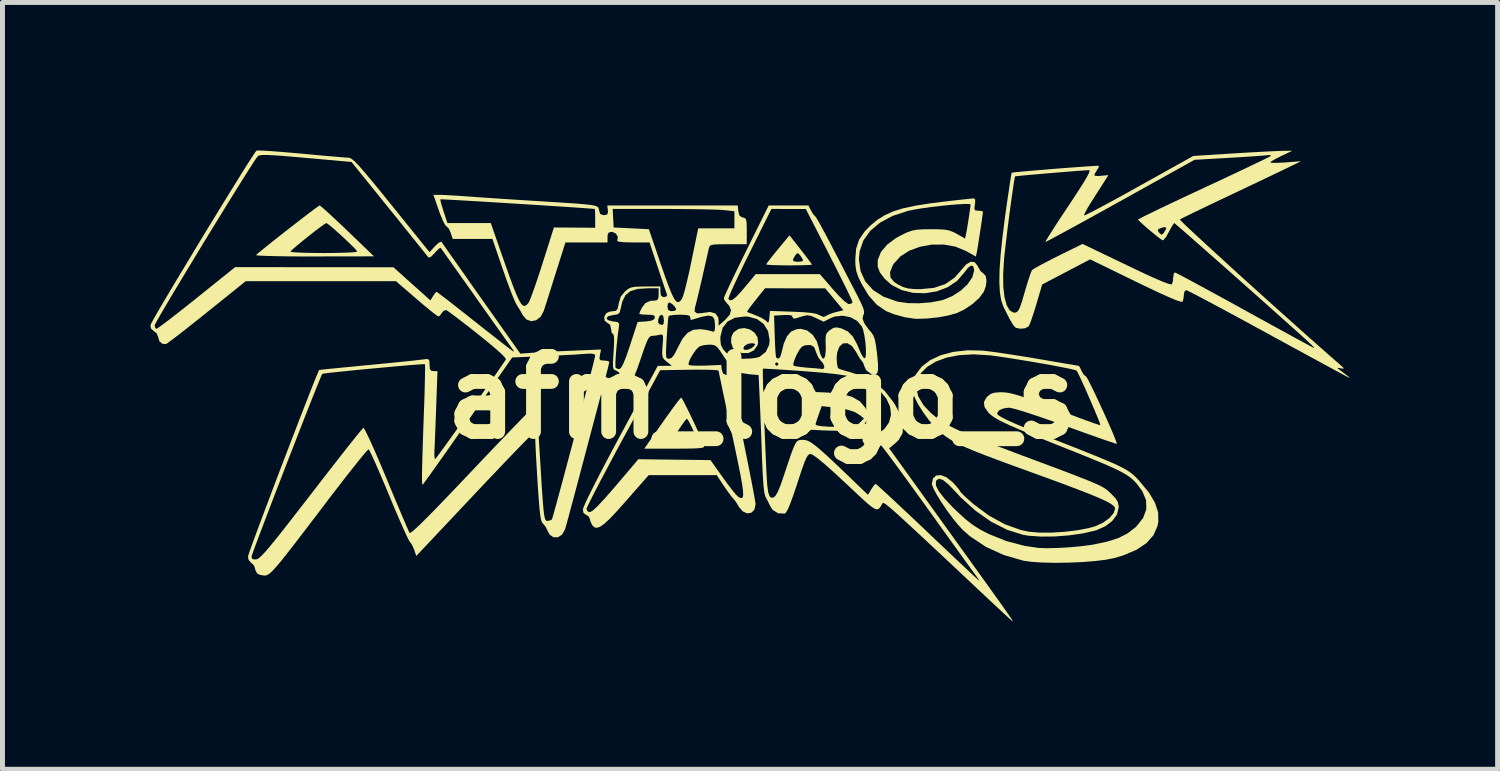
<source format=kicad_pcb>
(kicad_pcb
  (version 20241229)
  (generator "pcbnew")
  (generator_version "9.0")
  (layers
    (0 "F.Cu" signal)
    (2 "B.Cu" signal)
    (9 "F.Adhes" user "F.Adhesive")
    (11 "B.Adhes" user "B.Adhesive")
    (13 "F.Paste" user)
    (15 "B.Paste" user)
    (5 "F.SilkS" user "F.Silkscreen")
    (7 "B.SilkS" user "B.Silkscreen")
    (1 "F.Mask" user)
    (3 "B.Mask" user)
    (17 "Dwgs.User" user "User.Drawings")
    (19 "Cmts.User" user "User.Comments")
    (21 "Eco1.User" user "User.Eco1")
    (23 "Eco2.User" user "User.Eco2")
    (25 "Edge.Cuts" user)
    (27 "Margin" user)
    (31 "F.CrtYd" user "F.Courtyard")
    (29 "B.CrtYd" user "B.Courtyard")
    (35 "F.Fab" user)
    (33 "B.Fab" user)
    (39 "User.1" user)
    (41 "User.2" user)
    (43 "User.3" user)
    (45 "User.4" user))
  (footprint "afm_logo_s"
    (layer "F.Cu")
    (at 12.408 5.008)
    (property "Reference" "afm_logo_s" (at 0 0 0) (layer "F.SilkS") (effects (font (size 1.524 1.524) (thickness 0.3))))
    (attr board_only exclude_from_pos_files exclude_from_bom)
    (fp_poly (pts (xy -0.26 -1.381) (xy -0.165 -1.316) (xy -0.104 -1.222) (xy -0.092 -1.109) (xy -0.106 -1.056) (xy -0.179 -0.955) (xy -0.291 -0.902) (xy -0.428 -0.902) (xy -0.536 -0.939) (xy -0.592 -0.996) (xy -0.393 -0.996) (xy -0.366 -0.967) (xy -0.303 -0.969) (xy -0.23 -0.998) (xy -0.192 -1.027) (xy -0.151 -1.074) (xy -0.167 -1.094) (xy -0.21 -1.101) (xy -0.295 -1.091) (xy -0.366 -1.049) (xy -0.393 -0.996) (xy -0.592 -0.996) (xy -0.605 -1.009) (xy -0.639 -1.116) (xy -0.634 -1.23) (xy -0.589 -1.322) (xy -0.487 -1.392) (xy -0.372 -1.409)) (stroke (width 0) (type solid)) (fill yes) (layer "F.SilkS"))
    (fp_poly (pts (xy 0.772 -2.999) (xy 0.867 -2.877) (xy 0.942 -2.777) (xy 0.989 -2.713) (xy 1 -2.694) (xy 0.967 -2.689) (xy 0.875 -2.684) (xy 0.738 -2.681) (xy 0.57 -2.679) (xy 0.536 -2.679) (xy 0.363 -2.681) (xy 0.219 -2.684) (xy 0.118 -2.69) (xy 0.073 -2.697) (xy 0.071 -2.698) (xy 0.093 -2.732) (xy 0.146 -2.802) (xy 0.614 -2.802) (xy 0.627 -2.763) (xy 0.702 -2.751) (xy 0.714 -2.751) (xy 0.789 -2.759) (xy 0.821 -2.777) (xy 0.821 -2.778) (xy 0.8 -2.824) (xy 0.765 -2.876) (xy 0.721 -2.925) (xy 0.691 -2.918) (xy 0.659 -2.878) (xy 0.614 -2.802) (xy 0.146 -2.802) (xy 0.151 -2.808) (xy 0.235 -2.914) (xy 0.308 -3.003) (xy 0.544 -3.288)) (stroke (width 0) (type solid)) (fill yes) (layer "F.SilkS"))
    (fp_poly (pts (xy -1.628 0.032) (xy -1.584 0.114) (xy -1.523 0.234) (xy -1.453 0.378) (xy -1.38 0.533) (xy -1.31 0.685) (xy -1.25 0.819) (xy -1.206 0.923) (xy -1.185 0.983) (xy -1.185 0.984) (xy -1.19 1.003) (xy -1.221 1.017) (xy -1.287 1.026) (xy -1.396 1.032) (xy -1.559 1.035) (xy -1.784 1.036) (xy -2.398 1.036) (xy -2.33 0.938) (xy -2.305 0.901) (xy -1.852 0.901) (xy -1.825 0.914) (xy -1.742 0.924) (xy -1.62 0.929) (xy -1.577 0.929) (xy -1.29 0.929) (xy -1.401 0.679) (xy -1.456 0.56) (xy -1.503 0.472) (xy -1.533 0.43) (xy -1.536 0.429) (xy -1.563 0.456) (xy -1.616 0.527) (xy -1.683 0.624) (xy -1.751 0.729) (xy -1.811 0.825) (xy -1.849 0.894) (xy -1.852 0.901) (xy -2.305 0.901) (xy -2.123 0.641) (xy -1.955 0.402) (xy -1.825 0.221) (xy -1.731 0.094) (xy -1.672 0.021) (xy -1.65 0.001)) (stroke (width 0) (type solid)) (fill yes) (layer "F.SilkS"))
    (fp_poly (pts (xy 1.322 -0.101) (xy 1.598 -0.073) (xy 1.814 -0.014) (xy 1.974 0.079) (xy 2.081 0.207) (xy 2.087 0.218) (xy 2.13 0.313) (xy 2.134 0.385) (xy 2.113 0.452) (xy 2.072 0.528) (xy 2.016 0.587) (xy 1.936 0.629) (xy 1.824 0.656) (xy 1.672 0.671) (xy 1.471 0.673) (xy 1.214 0.665) (xy 0.973 0.652) (xy 0.858 0.642) (xy 0.777 0.629) (xy 0.75 0.616) (xy 0.761 0.575) (xy 0.769 0.547) (xy 1.072 0.547) (xy 1.105 0.566) (xy 1.199 0.581) (xy 1.34 0.591) (xy 1.516 0.595) (xy 1.616 0.594) (xy 1.763 0.588) (xy 1.859 0.575) (xy 1.923 0.549) (xy 1.973 0.507) (xy 2.054 0.424) (xy 1.97 0.356) (xy 1.865 0.293) (xy 1.715 0.245) (xy 1.509 0.209) (xy 1.411 0.197) (xy 1.197 0.174) (xy 1.134 0.351) (xy 1.099 0.454) (xy 1.076 0.527) (xy 1.072 0.547) (xy 0.769 0.547) (xy 0.789 0.481) (xy 0.831 0.349) (xy 0.866 0.239) (xy 0.982 -0.115)) (stroke (width 0) (type solid)) (fill yes) (layer "F.SilkS"))
    (fp_poly (pts (xy -8.946 -3.87) (xy -8.869 -3.803) (xy -8.757 -3.702) (xy -8.618 -3.572) (xy -8.46 -3.423) (xy -8.413 -3.377) (xy -7.877 -2.862) (xy -9.09 -2.86) (xy -9.38 -2.86) (xy -9.642 -2.862) (xy -9.868 -2.866) (xy -10.051 -2.871) (xy -10.183 -2.876) (xy -10.256 -2.883) (xy -10.269 -2.889) (xy -10.202 -2.946) (xy -10.189 -2.956) (xy -9.572 -2.956) (xy -9.539 -2.948) (xy -9.445 -2.941) (xy -9.302 -2.935) (xy -9.12 -2.931) (xy -8.91 -2.929) (xy -8.895 -2.929) (xy -8.684 -2.931) (xy -8.499 -2.935) (xy -8.353 -2.941) (xy -8.255 -2.949) (xy -8.217 -2.959) (xy -8.217 -2.959) (xy -8.241 -2.993) (xy -8.307 -3.062) (xy -8.402 -3.154) (xy -8.511 -3.257) (xy -8.623 -3.358) (xy -8.723 -3.447) (xy -8.801 -3.51) (xy -8.841 -3.537) (xy -8.843 -3.537) (xy -8.881 -3.516) (xy -8.96 -3.459) (xy -9.067 -3.379) (xy -9.189 -3.283) (xy -9.313 -3.184) (xy -9.425 -3.091) (xy -9.514 -3.016) (xy -9.565 -2.967) (xy -9.572 -2.956) (xy -10.189 -2.956) (xy -10.096 -3.032) (xy -9.961 -3.141) (xy -9.805 -3.264) (xy -9.64 -3.394) (xy -9.474 -3.523) (xy -9.318 -3.644) (xy -9.181 -3.749) (xy -9.072 -3.83) (xy -9.002 -3.881) (xy -8.98 -3.894)) (stroke (width 0) (type solid)) (fill yes) (layer "F.SilkS"))
    (fp_poly (pts (xy 4.308 -4.015) (xy 4.307 -3.941) (xy 4.302 -3.912) (xy 4.291 -3.829) (xy 4.309 -3.794) (xy 4.367 -3.787) (xy 4.372 -3.787) (xy 4.441 -3.781) (xy 4.466 -3.769) (xy 4.46 -3.721) (xy 4.447 -3.62) (xy 4.427 -3.485) (xy 4.404 -3.334) (xy 4.381 -3.186) (xy 4.361 -3.057) (xy 4.345 -2.966) (xy 4.34 -2.938) (xy 4.321 -2.858) (xy 4.123 -2.97) (xy 3.908 -3.059) (xy 3.672 -3.101) (xy 3.428 -3.1) (xy 3.191 -3.057) (xy 2.974 -2.977) (xy 2.792 -2.861) (xy 2.658 -2.713) (xy 2.637 -2.678) (xy 2.583 -2.542) (xy 2.591 -2.434) (xy 2.664 -2.344) (xy 2.751 -2.287) (xy 2.85 -2.239) (xy 2.948 -2.211) (xy 3.072 -2.199) (xy 3.197 -2.197) (xy 3.473 -2.223) (xy 3.702 -2.3) (xy 3.892 -2.431) (xy 4.017 -2.574) (xy 4.123 -2.696) (xy 4.218 -2.753) (xy 4.298 -2.743) (xy 4.36 -2.667) (xy 4.369 -2.644) (xy 4.417 -2.562) (xy 4.473 -2.516) (xy 4.473 -2.516) (xy 4.52 -2.468) (xy 4.537 -2.375) (xy 4.525 -2.26) (xy 4.484 -2.145) (xy 4.391 -2.019) (xy 4.249 -1.892) (xy 4.079 -1.78) (xy 3.933 -1.711) (xy 3.765 -1.664) (xy 3.557 -1.626) (xy 3.336 -1.602) (xy 3.134 -1.596) (xy 3.072 -1.599) (xy 2.873 -1.63) (xy 2.665 -1.687) (xy 2.501 -1.753) (xy 2.313 -1.882) (xy 2.145 -2.073) (xy 2.007 -2.303) (xy 1.938 -2.446) (xy 1.899 -2.56) (xy 1.881 -2.676) (xy 1.878 -2.804) (xy 1.951 -2.804) (xy 1.985 -2.562) (xy 2.081 -2.353) (xy 2.237 -2.18) (xy 2.451 -2.044) (xy 2.721 -1.948) (xy 2.751 -1.941) (xy 2.946 -1.914) (xy 3.177 -1.911) (xy 3.414 -1.93) (xy 3.624 -1.97) (xy 3.656 -1.979) (xy 3.848 -2.058) (xy 4.019 -2.169) (xy 4.157 -2.3) (xy 4.25 -2.438) (xy 4.287 -2.573) (xy 4.287 -2.58) (xy 4.271 -2.659) (xy 4.228 -2.676) (xy 4.165 -2.633) (xy 4.089 -2.535) (xy 3.941 -2.364) (xy 3.75 -2.236) (xy 3.528 -2.152) (xy 3.289 -2.114) (xy 3.049 -2.122) (xy 2.819 -2.178) (xy 2.615 -2.282) (xy 2.474 -2.407) (xy 2.376 -2.537) (xy 2.332 -2.654) (xy 2.333 -2.779) (xy 2.337 -2.799) (xy 2.399 -2.952) (xy 2.525 -3.1) (xy 2.704 -3.234) (xy 2.814 -3.294) (xy 2.931 -3.349) (xy 3.027 -3.383) (xy 3.125 -3.402) (xy 3.25 -3.41) (xy 3.411 -3.412) (xy 3.582 -3.41) (xy 3.702 -3.402) (xy 3.792 -3.383) (xy 3.872 -3.351) (xy 3.937 -3.317) (xy 4.104 -3.222) (xy 4.123 -3.317) (xy 4.141 -3.412) (xy 4.162 -3.538) (xy 4.183 -3.674) (xy 4.201 -3.797) (xy 4.213 -3.886) (xy 4.215 -3.914) (xy 4.182 -3.923) (xy 4.092 -3.924) (xy 3.957 -3.916) (xy 3.791 -3.903) (xy 3.607 -3.884) (xy 3.418 -3.862) (xy 3.238 -3.837) (xy 3.079 -3.811) (xy 2.956 -3.786) (xy 2.947 -3.784) (xy 2.638 -3.683) (xy 2.382 -3.547) (xy 2.182 -3.38) (xy 2.042 -3.184) (xy 1.966 -2.964) (xy 1.951 -2.804) (xy 1.878 -2.804) (xy 1.896 -3.02) (xy 1.955 -3.2) (xy 2.067 -3.365) (xy 2.19 -3.491) (xy 2.327 -3.604) (xy 2.476 -3.696) (xy 2.646 -3.773) (xy 2.85 -3.836) (xy 3.096 -3.889) (xy 3.397 -3.936) (xy 3.626 -3.965) (xy 3.829 -3.989) (xy 4.008 -4.009) (xy 4.152 -4.025) (xy 4.247 -4.034) (xy 4.28 -4.037)) (stroke (width 0) (type solid)) (fill yes) (layer "F.SilkS"))
    (fp_poly (pts (xy 4.445 -0.952) (xy 4.566 -0.939) (xy 4.741 -0.916) (xy 4.958 -0.884) (xy 5.201 -0.846) (xy 5.456 -0.805) (xy 5.565 -0.786) (xy 5.799 -0.746) (xy 6.009 -0.71) (xy 6.184 -0.68) (xy 6.315 -0.658) (xy 6.392 -0.645) (xy 6.409 -0.643) (xy 6.43 -0.614) (xy 6.463 -0.543) (xy 6.466 -0.536) (xy 6.509 -0.462) (xy 6.551 -0.429) (xy 6.553 -0.429) (xy 6.576 -0.398) (xy 6.621 -0.313) (xy 6.685 -0.186) (xy 6.76 -0.029) (xy 6.842 0.147) (xy 6.926 0.33) (xy 7.006 0.508) (xy 7.077 0.67) (xy 7.133 0.804) (xy 7.169 0.898) (xy 7.181 0.938) (xy 7.148 0.931) (xy 7.057 0.901) (xy 6.915 0.853) (xy 6.731 0.788) (xy 6.511 0.71) (xy 6.266 0.621) (xy 6.154 0.581) (xy 5.863 0.476) (xy 5.602 0.386) (xy 5.376 0.311) (xy 5.195 0.254) (xy 5.064 0.218) (xy 4.993 0.205) (xy 4.993 0.205) (xy 4.877 0.221) (xy 4.789 0.262) (xy 4.752 0.32) (xy 4.751 0.325) (xy 4.774 0.355) (xy 4.843 0.399) (xy 4.963 0.46) (xy 5.137 0.538) (xy 5.37 0.635) (xy 5.665 0.753) (xy 5.825 0.817) (xy 6.19 0.96) (xy 6.494 1.08) (xy 6.745 1.181) (xy 6.949 1.265) (xy 7.112 1.335) (xy 7.24 1.395) (xy 7.341 1.448) (xy 7.421 1.496) (xy 7.485 1.544) (xy 7.542 1.593) (xy 7.596 1.648) (xy 7.639 1.695) (xy 7.828 1.923) (xy 7.952 2.131) (xy 8.016 2.325) (xy 8.021 2.514) (xy 8.003 2.606) (xy 7.921 2.792) (xy 7.779 2.951) (xy 7.577 3.086) (xy 7.31 3.199) (xy 7.122 3.255) (xy 6.952 3.288) (xy 6.729 3.315) (xy 6.472 3.335) (xy 6.197 3.346) (xy 5.922 3.35) (xy 5.666 3.344) (xy 5.447 3.33) (xy 5.287 3.307) (xy 4.889 3.192) (xy 4.526 3.027) (xy 4.207 2.815) (xy 4.06 2.686) (xy 3.961 2.579) (xy 3.849 2.441) (xy 3.735 2.286) (xy 3.627 2.127) (xy 3.535 1.979) (xy 3.467 1.853) (xy 3.432 1.765) (xy 3.43 1.746) (xy 3.454 1.638) (xy 3.518 1.58) (xy 3.613 1.572) (xy 3.726 1.616) (xy 3.847 1.712) (xy 3.857 1.722) (xy 3.935 1.807) (xy 3.987 1.873) (xy 4.001 1.9) (xy 4.027 1.933) (xy 4.096 2.001) (xy 4.196 2.092) (xy 4.278 2.163) (xy 4.588 2.393) (xy 4.912 2.57) (xy 5.237 2.686) (xy 5.403 2.72) (xy 5.609 2.738) (xy 5.857 2.738) (xy 6.123 2.721) (xy 6.382 2.69) (xy 6.611 2.646) (xy 6.745 2.608) (xy 6.899 2.537) (xy 7.027 2.445) (xy 7.113 2.345) (xy 7.145 2.251) (xy 7.135 2.219) (xy 7.101 2.184) (xy 7.038 2.142) (xy 6.942 2.091) (xy 6.807 2.03) (xy 6.629 1.956) (xy 6.402 1.868) (xy 6.123 1.762) (xy 5.785 1.638) (xy 5.41 1.502) (xy 5.047 1.37) (xy 4.744 1.258) (xy 4.494 1.164) (xy 4.289 1.083) (xy 4.123 1.013) (xy 3.988 0.951) (xy 3.876 0.893) (xy 3.781 0.836) (xy 3.696 0.778) (xy 3.614 0.716) (xy 3.498 0.606) (xy 3.373 0.461) (xy 3.254 0.298) (xy 3.151 0.136) (xy 3.079 -0.009) (xy 3.051 -0.096) (xy 3.049 -0.19) (xy 3.114 -0.19) (xy 3.155 -0.021) (xy 3.26 0.154) (xy 3.401 0.304) (xy 3.495 0.384) (xy 3.595 0.457) (xy 3.707 0.529) (xy 3.841 0.601) (xy 4.003 0.679) (xy 4.201 0.765) (xy 4.443 0.863) (xy 4.737 0.977) (xy 5.09 1.11) (xy 5.126 1.124) (xy 5.514 1.269) (xy 5.841 1.391) (xy 6.113 1.493) (xy 6.335 1.578) (xy 6.514 1.648) (xy 6.655 1.705) (xy 6.763 1.751) (xy 6.846 1.79) (xy 6.908 1.824) (xy 6.956 1.855) (xy 6.995 1.886) (xy 7.032 1.919) (xy 7.06 1.946) (xy 7.152 2.042) (xy 7.199 2.118) (xy 7.216 2.2) (xy 7.216 2.231) (xy 7.183 2.369) (xy 7.089 2.499) (xy 6.946 2.609) (xy 6.766 2.689) (xy 6.75 2.694) (xy 6.499 2.752) (xy 6.214 2.793) (xy 5.919 2.816) (xy 5.635 2.818) (xy 5.385 2.8) (xy 5.28 2.782) (xy 4.959 2.682) (xy 4.634 2.518) (xy 4.316 2.295) (xy 4.014 2.022) (xy 3.909 1.909) (xy 3.768 1.762) (xy 3.659 1.674) (xy 3.581 1.645) (xy 3.528 1.671) (xy 3.512 1.702) (xy 3.513 1.785) (xy 3.571 1.899) (xy 3.686 2.047) (xy 3.859 2.23) (xy 3.939 2.307) (xy 4.109 2.463) (xy 4.258 2.58) (xy 4.409 2.676) (xy 4.584 2.766) (xy 4.937 2.908) (xy 5.308 3.006) (xy 5.591 3.048) (xy 5.76 3.054) (xy 5.975 3.049) (xy 6.213 3.036) (xy 6.451 3.014) (xy 6.663 2.986) (xy 6.711 2.978) (xy 6.992 2.918) (xy 7.217 2.845) (xy 7.399 2.752) (xy 7.553 2.633) (xy 7.575 2.613) (xy 7.711 2.442) (xy 7.777 2.264) (xy 7.772 2.081) (xy 7.695 1.896) (xy 7.583 1.746) (xy 7.527 1.686) (xy 7.467 1.632) (xy 7.396 1.58) (xy 7.308 1.527) (xy 7.196 1.468) (xy 7.051 1.401) (xy 6.867 1.322) (xy 6.637 1.227) (xy 6.353 1.112) (xy 6.081 1.004) (xy 5.73 0.864) (xy 5.439 0.746) (xy 5.203 0.647) (xy 5.014 0.565) (xy 4.867 0.496) (xy 4.755 0.438) (xy 4.673 0.387) (xy 4.613 0.341) (xy 4.579 0.308) (xy 4.498 0.193) (xy 4.485 0.092) (xy 4.538 -0.003) (xy 4.551 -0.017) (xy 4.617 -0.071) (xy 4.694 -0.098) (xy 4.808 -0.107) (xy 4.848 -0.107) (xy 4.921 -0.103) (xy 5.003 -0.091) (xy 5.102 -0.067) (xy 5.229 -0.029) (xy 5.391 0.027) (xy 5.598 0.103) (xy 5.86 0.202) (xy 5.944 0.234) (xy 6.18 0.323) (xy 6.394 0.403) (xy 6.576 0.47) (xy 6.718 0.521) (xy 6.811 0.552) (xy 6.846 0.561) (xy 6.837 0.526) (xy 6.804 0.439) (xy 6.752 0.313) (xy 6.688 0.162) (xy 6.617 -0.002) (xy 6.546 -0.165) (xy 6.478 -0.314) (xy 6.421 -0.436) (xy 6.38 -0.518) (xy 6.363 -0.546) (xy 6.32 -0.561) (xy 6.217 -0.585) (xy 6.067 -0.615) (xy 5.88 -0.651) (xy 5.667 -0.689) (xy 5.441 -0.728) (xy 5.212 -0.766) (xy 4.992 -0.801) (xy 4.792 -0.831) (xy 4.623 -0.854) (xy 4.601 -0.856) (xy 4.277 -0.876) (xy 3.984 -0.859) (xy 3.727 -0.809) (xy 3.509 -0.728) (xy 3.335 -0.622) (xy 3.208 -0.495) (xy 3.133 -0.349) (xy 3.114 -0.19) (xy 3.049 -0.19) (xy 3.046 -0.292) (xy 3.106 -0.47) (xy 3.224 -0.626) (xy 3.394 -0.757) (xy 3.61 -0.858) (xy 3.866 -0.926) (xy 4.158 -0.958)) (stroke (width 0) (type solid)) (fill yes) (layer "F.SilkS"))
    (fp_poly (pts (xy 10.512 -4.896) (xy 10.401 -4.84) (xy 10.321 -4.794) (xy 10.289 -4.767) (xy 10.289 -4.766) (xy 10.322 -4.758) (xy 10.409 -4.757) (xy 10.536 -4.762) (xy 10.601 -4.766) (xy 10.914 -4.79) (xy 10.574 -4.625) (xy 10.447 -4.564) (xy 10.269 -4.479) (xy 10.052 -4.375) (xy 9.811 -4.261) (xy 9.557 -4.14) (xy 9.36 -4.047) (xy 9.128 -3.937) (xy 8.917 -3.836) (xy 8.735 -3.749) (xy 8.593 -3.679) (xy 8.497 -3.631) (xy 8.457 -3.609) (xy 8.457 -3.609) (xy 8.479 -3.583) (xy 8.549 -3.513) (xy 8.662 -3.406) (xy 8.814 -3.265) (xy 8.998 -3.095) (xy 9.21 -2.901) (xy 9.444 -2.687) (xy 9.696 -2.457) (xy 9.961 -2.218) (xy 10.233 -1.973) (xy 10.507 -1.727) (xy 10.778 -1.484) (xy 11.041 -1.249) (xy 11.291 -1.028) (xy 11.523 -0.823) (xy 11.7 -0.669) (xy 11.766 -0.609) (xy 11.78 -0.586) (xy 11.746 -0.587) (xy 11.718 -0.593) (xy 11.656 -0.603) (xy 11.66 -0.588) (xy 11.7 -0.557) (xy 11.789 -0.49) (xy 11.843 -0.449) (xy 11.89 -0.41) (xy 11.896 -0.397) (xy 11.862 -0.414) (xy 11.772 -0.462) (xy 11.63 -0.538) (xy 11.444 -0.639) (xy 11.219 -0.761) (xy 10.96 -0.902) (xy 10.674 -1.058) (xy 10.367 -1.225) (xy 10.253 -1.288) (xy 9.939 -1.459) (xy 9.643 -1.62) (xy 9.371 -1.767) (xy 9.13 -1.896) (xy 8.925 -2.005) (xy 8.763 -2.09) (xy 8.649 -2.148) (xy 8.59 -2.176) (xy 8.583 -2.178) (xy 8.55 -2.148) (xy 8.538 -2.081) (xy 8.528 -1.993) (xy 8.511 -1.942) (xy 8.473 -1.943) (xy 8.377 -1.975) (xy 8.223 -2.04) (xy 8.008 -2.137) (xy 7.733 -2.268) (xy 7.561 -2.351) (xy 6.638 -2.801) (xy 5.666 -2.292) (xy 5.548 -1.891) (xy 5.498 -1.729) (xy 5.452 -1.589) (xy 5.413 -1.487) (xy 5.39 -1.442) (xy 5.322 -1.405) (xy 5.225 -1.395) (xy 5.135 -1.413) (xy 5.122 -1.421) (xy 5.074 -1.477) (xy 5.002 -1.6) (xy 4.906 -1.79) (xy 4.878 -1.846) (xy 4.836 -1.969) (xy 4.809 -2.13) (xy 4.798 -2.334) (xy 4.801 -2.502) (xy 4.875 -2.502) (xy 4.878 -2.245) (xy 4.903 -2.032) (xy 4.947 -1.87) (xy 5.009 -1.765) (xy 5.088 -1.721) (xy 5.12 -1.722) (xy 5.156 -1.735) (xy 5.188 -1.773) (xy 5.222 -1.845) (xy 5.262 -1.965) (xy 5.312 -2.138) (xy 5.36 -2.301) (xy 5.405 -2.44) (xy 5.44 -2.54) (xy 5.461 -2.584) (xy 5.504 -2.614) (xy 5.599 -2.668) (xy 5.735 -2.74) (xy 5.898 -2.824) (xy 5.99 -2.87) (xy 6.484 -3.114) (xy 7.377 -2.685) (xy 7.671 -2.545) (xy 7.905 -2.437) (xy 8.082 -2.36) (xy 8.204 -2.313) (xy 8.275 -2.294) (xy 8.296 -2.298) (xy 8.316 -2.363) (xy 8.323 -2.438) (xy 8.333 -2.51) (xy 8.355 -2.536) (xy 8.391 -2.52) (xy 8.484 -2.472) (xy 8.627 -2.396) (xy 8.812 -2.296) (xy 9.034 -2.176) (xy 9.286 -2.038) (xy 9.562 -1.887) (xy 9.775 -1.769) (xy 10.063 -1.61) (xy 10.333 -1.462) (xy 10.576 -1.329) (xy 10.787 -1.213) (xy 10.959 -1.12) (xy 11.086 -1.051) (xy 11.162 -1.011) (xy 11.181 -1.001) (xy 11.17 -1.022) (xy 11.121 -1.074) (xy 11.109 -1.084) (xy 11.045 -1.144) (xy 10.939 -1.241) (xy 10.795 -1.37) (xy 10.621 -1.525) (xy 10.423 -1.702) (xy 10.206 -1.896) (xy 9.977 -2.1) (xy 9.741 -2.309) (xy 9.506 -2.518) (xy 9.276 -2.721) (xy 9.058 -2.913) (xy 8.859 -3.089) (xy 8.683 -3.244) (xy 8.538 -3.371) (xy 8.429 -3.465) (xy 8.362 -3.522) (xy 8.344 -3.537) (xy 8.319 -3.508) (xy 8.274 -3.432) (xy 8.233 -3.356) (xy 8.179 -3.26) (xy 8.132 -3.199) (xy 8.11 -3.186) (xy 8.066 -3.214) (xy 7.987 -3.274) (xy 7.889 -3.354) (xy 7.849 -3.388) (xy 8.007 -3.388) (xy 8.038 -3.34) (xy 8.04 -3.338) (xy 8.081 -3.3) (xy 8.116 -3.32) (xy 8.134 -3.344) (xy 8.172 -3.408) (xy 8.181 -3.439) (xy 8.152 -3.454) (xy 8.1 -3.445) (xy 8.024 -3.417) (xy 8.007 -3.388) (xy 7.849 -3.388) (xy 7.787 -3.44) (xy 7.696 -3.52) (xy 7.632 -3.58) (xy 7.609 -3.608) (xy 7.641 -3.627) (xy 7.73 -3.673) (xy 7.871 -3.742) (xy 8.056 -3.832) (xy 8.279 -3.938) (xy 8.533 -4.058) (xy 8.811 -4.188) (xy 8.94 -4.248) (xy 9.228 -4.382) (xy 9.496 -4.508) (xy 9.738 -4.622) (xy 9.945 -4.721) (xy 10.112 -4.801) (xy 10.231 -4.859) (xy 10.295 -4.892) (xy 10.303 -4.897) (xy 10.295 -4.913) (xy 10.233 -4.914) (xy 10.214 -4.911) (xy 10.14 -4.904) (xy 10.008 -4.894) (xy 9.833 -4.882) (xy 9.628 -4.869) (xy 9.424 -4.857) (xy 8.755 -4.819) (xy 7.248 -3.98) (xy 6.948 -3.814) (xy 6.667 -3.658) (xy 6.412 -3.518) (xy 6.188 -3.396) (xy 6.002 -3.295) (xy 5.86 -3.218) (xy 5.767 -3.17) (xy 5.73 -3.153) (xy 5.73 -3.154) (xy 5.746 -3.185) (xy 5.796 -3.268) (xy 5.876 -3.393) (xy 5.979 -3.554) (xy 6.102 -3.74) (xy 6.2 -3.887) (xy 6.358 -4.127) (xy 6.478 -4.313) (xy 6.561 -4.45) (xy 6.61 -4.542) (xy 6.628 -4.594) (xy 6.618 -4.609) (xy 6.563 -4.607) (xy 6.454 -4.599) (xy 6.303 -4.588) (xy 6.122 -4.573) (xy 5.925 -4.557) (xy 5.724 -4.54) (xy 5.533 -4.524) (xy 5.364 -4.509) (xy 5.23 -4.496) (xy 5.143 -4.487) (xy 5.117 -4.484) (xy 5.108 -4.446) (xy 5.091 -4.349) (xy 5.07 -4.204) (xy 5.044 -4.023) (xy 5.016 -3.818) (xy 4.987 -3.599) (xy 4.959 -3.379) (xy 4.934 -3.169) (xy 4.912 -2.98) (xy 4.895 -2.825) (xy 4.893 -2.798) (xy 4.875 -2.502) (xy 4.801 -2.502) (xy 4.802 -2.586) (xy 4.824 -2.891) (xy 4.861 -3.253) (xy 4.915 -3.677) (xy 4.95 -3.928) (xy 4.98 -4.13) (xy 5.006 -4.305) (xy 5.027 -4.442) (xy 5.042 -4.53) (xy 5.048 -4.557) (xy 5.086 -4.563) (xy 5.183 -4.573) (xy 5.328 -4.587) (xy 5.508 -4.602) (xy 5.712 -4.619) (xy 5.928 -4.637) (xy 6.144 -4.654) (xy 6.349 -4.669) (xy 6.53 -4.682) (xy 6.677 -4.692) (xy 6.776 -4.698) (xy 6.817 -4.698) (xy 6.817 -4.698) (xy 6.809 -4.663) (xy 6.773 -4.603) (xy 6.728 -4.53) (xy 6.73 -4.496) (xy 6.789 -4.49) (xy 6.862 -4.495) (xy 7.008 -4.509) (xy 6.91 -4.353) (xy 6.841 -4.245) (xy 6.751 -4.105) (xy 6.661 -3.962) (xy 6.654 -3.953) (xy 6.584 -3.838) (xy 6.535 -3.747) (xy 6.514 -3.696) (xy 6.515 -3.69) (xy 6.549 -3.703) (xy 6.639 -3.747) (xy 6.776 -3.818) (xy 6.954 -3.913) (xy 7.165 -4.027) (xy 7.403 -4.158) (xy 7.631 -4.285) (xy 8.73 -4.897) (xy 9.554 -4.949) (xy 9.801 -4.964) (xy 10.035 -4.977) (xy 10.242 -4.988) (xy 10.41 -4.996) (xy 10.525 -5) (xy 10.557 -5.001) (xy 10.735 -5.001)) (stroke (width 0) (type solid)) (fill yes) (layer "F.SilkS"))
    (fp_poly (pts (xy -10.116 -5.004) (xy -9.963 -4.995) (xy -9.769 -4.98) (xy -9.543 -4.961) (xy -9.36 -4.945) (xy -9.112 -4.922) (xy -8.884 -4.901) (xy -8.686 -4.884) (xy -8.53 -4.871) (xy -8.426 -4.863) (xy -8.39 -4.861) (xy -8.357 -4.853) (xy -8.315 -4.826) (xy -8.258 -4.776) (xy -8.181 -4.696) (xy -8.081 -4.581) (xy -7.951 -4.427) (xy -7.786 -4.227) (xy -7.586 -3.98) (xy -7.409 -3.761) (xy -7.245 -3.557) (xy -7.098 -3.375) (xy -6.975 -3.224) (xy -6.883 -3.109) (xy -6.826 -3.04) (xy -6.814 -3.024) (xy -6.751 -2.947) (xy -6.641 -3.068) (xy -6.566 -3.138) (xy -6.516 -3.158) (xy -6.506 -3.151) (xy -6.481 -3.114) (xy -6.419 -3.026) (xy -6.325 -2.892) (xy -6.204 -2.72) (xy -6.06 -2.516) (xy -5.899 -2.286) (xy -5.724 -2.038) (xy -5.697 -2.001) (xy -4.912 -0.89) (xy -4.662 -0.908) (xy -4.536 -0.916) (xy -4.359 -0.926) (xy -4.15 -0.937) (xy -3.931 -0.947) (xy -3.844 -0.95) (xy -3.276 -0.974) (xy -3.298 -0.862) (xy -3.308 -0.785) (xy -3.283 -0.755) (xy -3.214 -0.75) (xy -3.139 -0.742) (xy -3.108 -0.724) (xy -3.108 -0.723) (xy -3.117 -0.68) (xy -3.14 -0.583) (xy -3.175 -0.446) (xy -3.212 -0.304) (xy -3.354 0.233) (xy -3.479 0.704) (xy -3.587 1.114) (xy -3.681 1.467) (xy -3.76 1.766) (xy -3.826 2.015) (xy -3.881 2.218) (xy -3.924 2.379) (xy -3.957 2.502) (xy -3.982 2.59) (xy -3.998 2.648) (xy -4.006 2.673) (xy -4.066 2.779) (xy -4.15 2.832) (xy -4.24 2.832) (xy -4.318 2.777) (xy -4.356 2.707) (xy -4.401 2.616) (xy -4.452 2.555) (xy -4.473 2.529) (xy -4.491 2.477) (xy -4.507 2.391) (xy -4.522 2.261) (xy -4.537 2.08) (xy -4.554 1.838) (xy -4.558 1.783) (xy -4.572 1.55) (xy -4.585 1.33) (xy -4.596 1.138) (xy -4.603 0.987) (xy -4.607 0.891) (xy -4.607 0.884) (xy -4.613 0.785) (xy -4.629 0.724) (xy -4.639 0.714) (xy -4.668 0.74) (xy -4.742 0.812) (xy -4.855 0.926) (xy -5.002 1.078) (xy -5.178 1.261) (xy -5.379 1.472) (xy -5.6 1.704) (xy -5.835 1.953) (xy -5.844 1.963) (xy -7.02 3.211) (xy -7.065 3.081) (xy -7.104 2.99) (xy -7.143 2.932) (xy -7.15 2.926) (xy -7.174 2.888) (xy -7.22 2.792) (xy -7.286 2.647) (xy -7.367 2.463) (xy -7.46 2.247) (xy -7.56 2.008) (xy -7.571 1.98) (xy -7.672 1.74) (xy -7.764 1.523) (xy -7.846 1.337) (xy -7.912 1.19) (xy -7.96 1.091) (xy -7.985 1.049) (xy -7.986 1.048) (xy -8.015 1.074) (xy -8.081 1.15) (xy -8.181 1.271) (xy -8.309 1.432) (xy -8.461 1.625) (xy -8.632 1.846) (xy -8.818 2.088) (xy -8.877 2.167) (xy -9.124 2.491) (xy -9.331 2.762) (xy -9.503 2.986) (xy -9.643 3.166) (xy -9.756 3.308) (xy -9.846 3.416) (xy -9.917 3.494) (xy -9.972 3.548) (xy -10.015 3.582) (xy -10.051 3.6) (xy -10.083 3.607) (xy -10.106 3.608) (xy -10.194 3.593) (xy -10.246 3.565) (xy -10.284 3.493) (xy -10.289 3.459) (xy -10.317 3.394) (xy -10.36 3.358) (xy -10.42 3.289) (xy -10.431 3.226) (xy -10.36 3.226) (xy -10.343 3.273) (xy -10.279 3.282) (xy -10.263 3.28) (xy -10.233 3.27) (xy -10.194 3.241) (xy -10.14 3.19) (xy -10.069 3.113) (xy -9.976 3.003) (xy -9.857 2.858) (xy -9.709 2.672) (xy -9.529 2.441) (xy -9.311 2.16) (xy -9.146 1.947) (xy -8.939 1.678) (xy -8.744 1.428) (xy -8.567 1.201) (xy -8.411 1.002) (xy -8.281 0.839) (xy -8.181 0.715) (xy -8.116 0.638) (xy -8.092 0.612) (xy -8.07 0.64) (xy -8.025 0.728) (xy -7.959 0.865) (xy -7.878 1.046) (xy -7.784 1.262) (xy -7.681 1.506) (xy -7.621 1.648) (xy -7.514 1.907) (xy -7.414 2.145) (xy -7.326 2.355) (xy -7.252 2.528) (xy -7.197 2.655) (xy -7.164 2.73) (xy -7.157 2.745) (xy -7.133 2.739) (xy -7.076 2.695) (xy -6.984 2.611) (xy -6.855 2.485) (xy -6.686 2.315) (xy -6.476 2.098) (xy -6.222 1.833) (xy -5.923 1.518) (xy -5.859 1.451) (xy -5.615 1.193) (xy -5.385 0.952) (xy -5.176 0.734) (xy -4.991 0.542) (xy -4.835 0.382) (xy -4.713 0.258) (xy -4.629 0.174) (xy -4.587 0.137) (xy -4.583 0.135) (xy -4.579 0.176) (xy -4.572 0.279) (xy -4.562 0.434) (xy -4.549 0.631) (xy -4.535 0.86) (xy -4.521 1.09) (xy -4.499 1.444) (xy -4.482 1.733) (xy -4.466 1.964) (xy -4.453 2.143) (xy -4.441 2.278) (xy -4.429 2.373) (xy -4.417 2.437) (xy -4.404 2.475) (xy -4.388 2.494) (xy -4.371 2.5) (xy -4.357 2.501) (xy -4.291 2.485) (xy -4.271 2.468) (xy -4.257 2.426) (xy -4.228 2.324) (xy -4.185 2.169) (xy -4.131 1.97) (xy -4.067 1.735) (xy -3.997 1.473) (xy -3.922 1.191) (xy -3.844 0.899) (xy -3.766 0.604) (xy -3.69 0.314) (xy -3.619 0.039) (xy -3.553 -0.214) (xy -3.496 -0.436) (xy -3.449 -0.619) (xy -3.415 -0.755) (xy -3.397 -0.835) (xy -3.394 -0.853) (xy -3.407 -0.877) (xy -3.456 -0.889) (xy -3.553 -0.889) (xy -3.671 -0.881) (xy -3.808 -0.871) (xy -3.995 -0.861) (xy -4.21 -0.849) (xy -4.434 -0.839) (xy -4.512 -0.836) (xy -5.076 -0.812) (xy -5.971 0.469) (xy -6.159 0.738) (xy -6.334 0.988) (xy -6.493 1.213) (xy -6.631 1.408) (xy -6.744 1.567) (xy -6.828 1.683) (xy -6.878 1.75) (xy -6.89 1.765) (xy -6.897 1.763) (xy -6.901 1.745) (xy -6.904 1.703) (xy -6.905 1.632) (xy -6.904 1.527) (xy -6.901 1.381) (xy -6.896 1.189) (xy -6.888 0.944) (xy -6.878 0.642) (xy -6.865 0.275) (xy -6.861 0.179) (xy -6.853 -0.059) (xy -6.848 -0.271) (xy -6.844 -0.449) (xy -6.842 -0.582) (xy -6.843 -0.66) (xy -6.845 -0.676) (xy -6.882 -0.676) (xy -6.98 -0.67) (xy -7.127 -0.659) (xy -7.312 -0.643) (xy -7.525 -0.624) (xy -7.755 -0.603) (xy -7.991 -0.581) (xy -8.222 -0.559) (xy -8.437 -0.537) (xy -8.626 -0.518) (xy -8.778 -0.501) (xy -8.881 -0.488) (xy -8.925 -0.481) (xy -8.926 -0.48) (xy -8.944 -0.443) (xy -8.984 -0.346) (xy -9.045 -0.198) (xy -9.122 -0.004) (xy -9.213 0.226) (xy -9.315 0.486) (xy -9.425 0.768) (xy -9.54 1.066) (xy -9.659 1.37) (xy -9.776 1.675) (xy -9.891 1.972) (xy -9.999 2.255) (xy -10.098 2.516) (xy -10.186 2.747) (xy -10.259 2.941) (xy -10.314 3.09) (xy -10.349 3.188) (xy -10.36 3.226) (xy -10.431 3.226) (xy -10.432 3.223) (xy -10.419 3.179) (xy -10.384 3.077) (xy -10.328 2.923) (xy -10.255 2.724) (xy -10.167 2.488) (xy -10.067 2.223) (xy -9.959 1.936) (xy -9.845 1.634) (xy -9.727 1.325) (xy -9.609 1.016) (xy -9.493 0.715) (xy -9.383 0.429) (xy -9.28 0.165) (xy -9.189 -0.069) (xy -9.111 -0.266) (xy -9.05 -0.418) (xy -9.008 -0.518) (xy -8.989 -0.559) (xy -8.954 -0.563) (xy -8.857 -0.574) (xy -8.706 -0.589) (xy -8.512 -0.608) (xy -8.284 -0.63) (xy -8.03 -0.655) (xy -8.002 -0.657) (xy -7.738 -0.683) (xy -7.49 -0.707) (xy -7.27 -0.729) (xy -7.089 -0.748) (xy -6.958 -0.763) (xy -6.886 -0.772) (xy -6.886 -0.772) (xy -6.799 -0.782) (xy -6.761 -0.764) (xy -6.752 -0.702) (xy -6.752 -0.664) (xy -6.745 -0.578) (xy -6.716 -0.542) (xy -6.672 -0.536) (xy -6.591 -0.536) (xy -6.616 0.17) (xy -6.625 0.401) (xy -6.633 0.621) (xy -6.641 0.815) (xy -6.647 0.967) (xy -6.652 1.062) (xy -6.652 1.063) (xy -6.654 1.168) (xy -6.647 1.236) (xy -6.639 1.25) (xy -6.616 1.222) (xy -6.557 1.144) (xy -6.469 1.023) (xy -6.357 0.868) (xy -6.227 0.687) (xy -6.085 0.488) (xy -5.937 0.279) (xy -5.788 0.068) (xy -5.644 -0.136) (xy -5.511 -0.327) (xy -5.394 -0.494) (xy -5.3 -0.631) (xy -5.233 -0.729) (xy -5.204 -0.774) (xy -5.223 -0.811) (xy -5.296 -0.887) (xy -5.421 -0.998) (xy -5.593 -1.142) (xy -5.771 -1.285) (xy -5.949 -1.426) (xy -6.111 -1.551) (xy -6.247 -1.655) (xy -6.348 -1.73) (xy -6.404 -1.769) (xy -6.411 -1.773) (xy -6.464 -1.76) (xy -6.5 -1.718) (xy -6.543 -1.66) (xy -6.572 -1.643) (xy -6.609 -1.666) (xy -6.689 -1.727) (xy -6.803 -1.819) (xy -6.94 -1.934) (xy -7.018 -2.001) (xy -7.432 -2.358) (xy -10.478 -2.358) (xy -11.257 -1.732) (xy -11.462 -1.568) (xy -11.65 -1.419) (xy -11.815 -1.29) (xy -11.949 -1.188) (xy -12.043 -1.118) (xy -12.09 -1.086) (xy -12.091 -1.085) (xy -12.167 -1.089) (xy -12.228 -1.143) (xy -12.253 -1.228) (xy -12.285 -1.305) (xy -12.334 -1.341) (xy -12.398 -1.399) (xy -12.408 -1.461) (xy -12.325 -1.461) (xy -12.308 -1.405) (xy -12.287 -1.393) (xy -12.25 -1.415) (xy -12.165 -1.476) (xy -12.04 -1.57) (xy -11.882 -1.693) (xy -11.698 -1.837) (xy -11.496 -1.998) (xy -11.471 -2.018) (xy -10.692 -2.644) (xy -9.088 -2.642) (xy -7.484 -2.641) (xy -7.109 -2.305) (xy -6.734 -1.969) (xy -6.681 -2.056) (xy -6.637 -2.119) (xy -6.61 -2.143) (xy -6.578 -2.122) (xy -6.498 -2.061) (xy -6.376 -1.968) (xy -6.221 -1.847) (xy -6.04 -1.705) (xy -5.84 -1.546) (xy -5.826 -1.536) (xy -5.625 -1.377) (xy -5.442 -1.233) (xy -5.286 -1.111) (xy -5.162 -1.015) (xy -5.08 -0.953) (xy -5.045 -0.929) (xy -5.045 -0.929) (xy -5.048 -0.951) (xy -5.063 -0.973) (xy -5.091 -1.012) (xy -5.156 -1.103) (xy -5.251 -1.237) (xy -5.373 -1.408) (xy -5.516 -1.61) (xy -5.675 -1.834) (xy -5.805 -2.018) (xy -5.972 -2.254) (xy -6.126 -2.471) (xy -6.262 -2.663) (xy -6.375 -2.822) (xy -6.46 -2.942) (xy -6.512 -3.015) (xy -6.528 -3.036) (xy -6.557 -3.022) (xy -6.614 -2.967) (xy -6.647 -2.929) (xy -6.722 -2.853) (xy -6.77 -2.837) (xy -6.778 -2.844) (xy -6.806 -2.88) (xy -6.874 -2.965) (xy -6.976 -3.093) (xy -7.107 -3.255) (xy -7.26 -3.446) (xy -7.432 -3.66) (xy -7.569 -3.829) (xy -8.333 -4.775) (xy -9.26 -4.858) (xy -9.546 -4.883) (xy -9.77 -4.901) (xy -9.938 -4.912) (xy -10.06 -4.917) (xy -10.144 -4.916) (xy -10.196 -4.909) (xy -10.226 -4.897) (xy -10.234 -4.89) (xy -10.269 -4.843) (xy -10.336 -4.742) (xy -10.43 -4.595) (xy -10.547 -4.409) (xy -10.684 -4.19) (xy -10.836 -3.945) (xy -10.998 -3.681) (xy -11.168 -3.405) (xy -11.34 -3.124) (xy -11.51 -2.843) (xy -11.675 -2.571) (xy -11.83 -2.314) (xy -11.971 -2.078) (xy -12.094 -1.871) (xy -12.195 -1.698) (xy -12.27 -1.568) (xy -12.314 -1.487) (xy -12.325 -1.461) (xy -12.408 -1.461) (xy -12.408 -1.467) (xy -12.39 -1.508) (xy -12.337 -1.604) (xy -12.255 -1.747) (xy -12.148 -1.93) (xy -12.019 -2.147) (xy -11.873 -2.392) (xy -11.714 -2.656) (xy -11.546 -2.935) (xy -11.373 -3.221) (xy -11.199 -3.507) (xy -11.028 -3.787) (xy -10.864 -4.053) (xy -10.711 -4.3) (xy -10.574 -4.521) (xy -10.457 -4.708) (xy -10.362 -4.855) (xy -10.296 -4.956) (xy -10.261 -5.003) (xy -10.259 -5.005) (xy -10.218 -5.008)) (stroke (width 0) (type solid)) (fill yes) (layer "F.SilkS"))
    (fp_poly (pts (xy -6.455 -4.106) (xy -6.316 -4.098) (xy -6.144 -4.088) (xy -5.956 -4.074) (xy -5.946 -4.074) (xy -5.774 -4.061) (xy -5.548 -4.046) (xy -5.285 -4.028) (xy -5.003 -4.01) (xy -4.719 -3.992) (xy -4.591 -3.984) (xy -4.258 -3.963) (xy -3.989 -3.946) (xy -3.778 -3.932) (xy -3.617 -3.918) (xy -3.499 -3.906) (xy -3.418 -3.892) (xy -3.366 -3.877) (xy -3.337 -3.859) (xy -3.323 -3.837) (xy -3.318 -3.811) (xy -3.316 -3.793) (xy -3.292 -3.721) (xy -3.232 -3.698) (xy -3.215 -3.697) (xy -3.152 -3.708) (xy -3.134 -3.755) (xy -3.137 -3.796) (xy -3.14 -3.823) (xy -3.04 -3.823) (xy -3.03 -3.635) (xy -3.019 -3.447) (xy -2.662 -3.43) (xy -2.306 -3.412) (xy -2.073 -2.729) (xy -1.979 -2.457) (xy -1.902 -2.248) (xy -1.84 -2.096) (xy -1.789 -1.997) (xy -1.746 -1.943) (xy -1.708 -1.932) (xy -1.67 -1.956) (xy -1.631 -2.009) (xy -1.609 -2.069) (xy -1.575 -2.186) (xy -1.535 -2.348) (xy -1.49 -2.543) (xy -1.444 -2.758) (xy -1.444 -2.76) (xy -1.306 -3.43) (xy -0.572 -3.43) (xy -0.572 -3.777) (xy -0.791 -3.8) (xy -0.885 -3.806) (xy -1.038 -3.811) (xy -1.24 -3.816) (xy -1.477 -3.819) (xy -1.739 -3.822) (xy -2.014 -3.823) (xy -2.026 -3.823) (xy -3.04 -3.823) (xy -3.14 -3.823) (xy -3.149 -3.894) (xy -0.505 -3.894) (xy -0.493 -3.778) (xy -0.472 -3.691) (xy -0.421 -3.654) (xy -0.402 -3.65) (xy -0.361 -3.639) (xy -0.337 -3.61) (xy -0.325 -3.547) (xy -0.322 -3.435) (xy -0.322 -3.373) (xy -0.322 -3.108) (xy -0.696 -3.108) (xy -0.863 -3.107) (xy -0.972 -3.103) (xy -1.037 -3.093) (xy -1.07 -3.073) (xy -1.085 -3.042) (xy -1.089 -3.028) (xy -1.103 -2.966) (xy -1.13 -2.848) (xy -1.166 -2.69) (xy -1.208 -2.505) (xy -1.229 -2.411) (xy -1.273 -2.222) (xy -1.313 -2.054) (xy -1.345 -1.923) (xy -1.366 -1.84) (xy -1.372 -1.822) (xy -1.379 -1.744) (xy -1.33 -1.706) (xy -1.231 -1.711) (xy -1.208 -1.716) (xy -1.063 -1.735) (xy -0.959 -1.705) (xy -0.902 -1.629) (xy -0.893 -1.569) (xy -0.893 -1.457) (xy -0.759 -1.575) (xy -0.666 -1.679) (xy -0.65 -1.736) (xy -0.316 -1.736) (xy -0.278 -1.72) (xy -0.195 -1.688) (xy -0.137 -1.666) (xy -0.029 -1.618) (xy 0.055 -1.567) (xy 0.078 -1.546) (xy 0.109 -1.517) (xy 0.126 -1.539) (xy 0.136 -1.622) (xy 0.136 -1.622) (xy 0.14 -1.661) (xy 0.232 -1.661) (xy 0.245 -1.25) (xy 0.251 -1.085) (xy 0.259 -0.947) (xy 0.267 -0.851) (xy 0.274 -0.813) (xy 0.314 -0.785) (xy 0.354 -0.82) (xy 0.376 -0.884) (xy 0.43 -1.097) (xy 0.496 -1.246) (xy 0.58 -1.339) (xy 0.688 -1.385) (xy 0.776 -1.393) (xy 0.902 -1.36) (xy 1.014 -1.272) (xy 1.097 -1.144) (xy 1.129 -1.042) (xy 1.166 -0.89) (xy 1.205 -0.805) (xy 1.24 -0.787) (xy 1.267 -0.837) (xy 1.28 -0.954) (xy 1.279 -1.04) (xy 1.275 -1.174) (xy 1.281 -1.258) (xy 1.303 -1.31) (xy 1.346 -1.353) (xy 1.365 -1.368) (xy 1.437 -1.413) (xy 1.504 -1.422) (xy 1.601 -1.4) (xy 1.605 -1.398) (xy 1.728 -1.339) (xy 1.829 -1.236) (xy 1.915 -1.079) (xy 1.955 -0.982) (xy 2 -0.88) (xy 2.044 -0.811) (xy 2.065 -0.794) (xy 2.086 -0.817) (xy 2.094 -0.893) (xy 2.092 -1.004) (xy 2.081 -1.133) (xy 2.062 -1.261) (xy 2.037 -1.372) (xy 2.013 -1.437) (xy 1.918 -1.552) (xy 1.78 -1.628) (xy 1.619 -1.659) (xy 1.457 -1.641) (xy 1.377 -1.609) (xy 1.236 -1.537) (xy 1.081 -1.612) (xy 0.98 -1.656) (xy 0.905 -1.668) (xy 0.819 -1.651) (xy 0.767 -1.634) (xy 0.669 -1.605) (xy 0.622 -1.602) (xy 0.608 -1.625) (xy 0.607 -1.632) (xy 0.589 -1.662) (xy 0.526 -1.674) (xy 0.42 -1.672) (xy 0.232 -1.661) (xy 0.14 -1.661) (xy 0.148 -1.756) (xy 0.608 -1.74) (xy 0.827 -1.73) (xy 0.984 -1.716) (xy 1.09 -1.696) (xy 1.154 -1.669) (xy 1.155 -1.668) (xy 1.233 -1.634) (xy 1.279 -1.651) (xy 1.335 -1.682) (xy 1.432 -1.717) (xy 1.478 -1.73) (xy 1.638 -1.77) (xy 1.268 -2.214) (xy 0.658 -2.214) (xy 0.049 -2.215) (xy -0.14 -1.98) (xy -0.224 -1.872) (xy -0.285 -1.789) (xy -0.315 -1.742) (xy -0.316 -1.736) (xy -0.65 -1.736) (xy -0.64 -1.772) (xy -0.68 -1.863) (xy -0.718 -1.904) (xy -0.77 -1.968) (xy -0.783 -1.999) (xy -0.695 -1.999) (xy -0.695 -1.998) (xy -0.66 -1.969) (xy -0.611 -1.981) (xy -0.539 -2.038) (xy -0.438 -2.146) (xy -0.364 -2.233) (xy -0.141 -2.501) (xy 0.51 -2.501) (xy 1.161 -2.501) (xy 1.423 -2.197) (xy 1.55 -2.057) (xy 1.654 -1.956) (xy 1.729 -1.901) (xy 1.753 -1.893) (xy 1.81 -1.911) (xy 1.822 -1.934) (xy 1.806 -1.976) (xy 1.762 -2.072) (xy 1.693 -2.215) (xy 1.603 -2.396) (xy 1.497 -2.608) (xy 1.378 -2.841) (xy 1.349 -2.899) (xy 0.875 -3.822) (xy 0.526 -3.822) (xy 0.178 -3.823) (xy -0.269 -2.926) (xy -0.384 -2.693) (xy -0.486 -2.48) (xy -0.573 -2.295) (xy -0.639 -2.148) (xy -0.681 -2.047) (xy -0.695 -1.999) (xy -0.783 -1.999) (xy -0.787 -2.011) (xy -0.772 -2.053) (xy -0.729 -2.15) (xy -0.662 -2.295) (xy -0.575 -2.478) (xy -0.472 -2.69) (xy -0.357 -2.925) (xy -0.333 -2.974) (xy 0.123 -3.894) (xy 0.927 -3.894) (xy 0.981 -3.79) (xy 1.026 -3.715) (xy 1.063 -3.675) (xy 1.064 -3.674) (xy 1.08 -3.656) (xy 1.11 -3.608) (xy 1.157 -3.526) (xy 1.223 -3.404) (xy 1.311 -3.24) (xy 1.422 -3.028) (xy 1.559 -2.765) (xy 1.723 -2.447) (xy 1.914 -2.078) (xy 1.991 -1.923) (xy 2.037 -1.818) (xy 2.057 -1.748) (xy 2.054 -1.7) (xy 2.042 -1.676) (xy 2.025 -1.602) (xy 2.059 -1.508) (xy 2.146 -1.385) (xy 2.201 -1.322) (xy 2.242 -1.262) (xy 2.273 -1.18) (xy 2.297 -1.057) (xy 2.32 -0.88) (xy 2.32 -0.878) (xy 2.338 -0.692) (xy 2.34 -0.568) (xy 2.324 -0.496) (xy 2.287 -0.467) (xy 2.225 -0.473) (xy 2.191 -0.484) (xy 2.1 -0.552) (xy 2.067 -0.622) (xy 2.037 -0.703) (xy 2.007 -0.747) (xy 1.972 -0.789) (xy 1.923 -0.872) (xy 1.898 -0.919) (xy 1.811 -1.044) (xy 1.717 -1.102) (xy 1.629 -1.097) (xy 1.556 -1.033) (xy 1.511 -0.913) (xy 1.5 -0.8) (xy 1.507 -0.69) (xy 1.522 -0.612) (xy 1.536 -0.59) (xy 1.588 -0.569) (xy 1.685 -0.539) (xy 1.771 -0.516) (xy 2.052 -0.423) (xy 2.281 -0.3) (xy 2.473 -0.135) (xy 2.644 0.084) (xy 2.692 0.159) (xy 2.803 0.375) (xy 2.851 0.563) (xy 2.836 0.723) (xy 2.757 0.861) (xy 2.692 0.924) (xy 2.565 1.029) (xy 3.795 2.738) (xy 4.06 3.107) (xy 4.286 3.421) (xy 4.476 3.686) (xy 4.634 3.906) (xy 4.762 4.085) (xy 4.863 4.226) (xy 4.939 4.335) (xy 4.995 4.415) (xy 5.033 4.471) (xy 5.056 4.507) (xy 5.067 4.527) (xy 5.069 4.535) (xy 5.066 4.536) (xy 5.038 4.512) (xy 4.966 4.447) (xy 4.858 4.348) (xy 4.723 4.222) (xy 4.569 4.078) (xy 4.555 4.065) (xy 4.175 3.708) (xy 3.845 3.398) (xy 3.559 3.13) (xy 3.315 2.902) (xy 3.11 2.711) (xy 2.94 2.554) (xy 2.802 2.427) (xy 2.691 2.327) (xy 2.606 2.252) (xy 2.542 2.199) (xy 2.497 2.164) (xy 2.466 2.144) (xy 2.447 2.136) (xy 2.435 2.138) (xy 2.428 2.146) (xy 2.428 2.146) (xy 2.394 2.205) (xy 2.364 2.246) (xy 2.331 2.266) (xy 2.287 2.26) (xy 2.225 2.226) (xy 2.139 2.158) (xy 2.021 2.053) (xy 1.865 1.907) (xy 1.679 1.733) (xy 1.443 1.514) (xy 1.253 1.346) (xy 1.111 1.228) (xy 1.016 1.161) (xy 0.975 1.144) (xy 0.944 1.15) (xy 0.916 1.174) (xy 0.885 1.225) (xy 0.847 1.313) (xy 0.799 1.447) (xy 0.736 1.636) (xy 0.702 1.742) (xy 0.622 1.98) (xy 0.558 2.155) (xy 0.508 2.272) (xy 0.47 2.336) (xy 0.447 2.352) (xy 0.314 2.346) (xy 0.205 2.278) (xy 0.156 2.205) (xy 0.105 2.1) (xy 0.057 2.009) (xy 0.057 2.009) (xy 0.036 1.935) (xy 0.018 1.79) (xy 0.003 1.574) (xy -0.01 1.287) (xy -0.013 1.223) (xy -0.022 0.962) (xy -0.032 0.685) (xy -0.043 0.416) (xy -0.053 0.176) (xy -0.059 0.031) (xy -0.082 -0.456) (xy -0.27 -0.472) (xy -0.418 -0.495) (xy -0.536 -0.546) (xy -0.54 -0.549) (xy 0.004 -0.549) (xy 0.004 -0.451) (xy 0.008 -0.302) (xy 0.013 -0.112) (xy 0.02 0.108) (xy 0.029 0.35) (xy 0.038 0.602) (xy 0.048 0.855) (xy 0.058 1.099) (xy 0.068 1.322) (xy 0.077 1.516) (xy 0.086 1.67) (xy 0.093 1.774) (xy 0.094 1.78) (xy 0.113 1.923) (xy 0.143 2.004) (xy 0.169 2.027) (xy 0.215 2.029) (xy 0.259 1.994) (xy 0.306 1.915) (xy 0.361 1.782) (xy 0.428 1.588) (xy 0.432 1.576) (xy 0.511 1.338) (xy 0.572 1.159) (xy 0.619 1.032) (xy 0.657 0.946) (xy 0.691 0.894) (xy 0.725 0.868) (xy 0.764 0.859) (xy 0.813 0.857) (xy 0.821 0.857) (xy 0.867 0.862) (xy 0.917 0.877) (xy 0.977 0.909) (xy 1.052 0.962) (xy 1.148 1.04) (xy 1.271 1.149) (xy 1.426 1.292) (xy 1.619 1.476) (xy 1.856 1.703) (xy 1.916 1.761) (xy 2.135 1.972) (xy 2.201 1.861) (xy 2.25 1.788) (xy 2.286 1.752) (xy 2.29 1.75) (xy 2.321 1.774) (xy 2.397 1.842) (xy 2.514 1.949) (xy 2.665 2.09) (xy 2.845 2.258) (xy 3.049 2.45) (xy 3.271 2.66) (xy 3.345 2.731) (xy 3.571 2.945) (xy 3.781 3.144) (xy 3.968 3.321) (xy 4.128 3.471) (xy 4.254 3.59) (xy 4.342 3.671) (xy 4.386 3.711) (xy 4.389 3.713) (xy 4.379 3.689) (xy 4.336 3.627) (xy 4.316 3.599) (xy 4.277 3.546) (xy 4.201 3.441) (xy 4.093 3.292) (xy 3.958 3.104) (xy 3.8 2.885) (xy 3.625 2.642) (xy 3.437 2.38) (xy 3.325 2.224) (xy 3.135 1.96) (xy 2.957 1.714) (xy 2.796 1.493) (xy 2.656 1.303) (xy 2.542 1.15) (xy 2.458 1.039) (xy 2.408 0.976) (xy 2.396 0.965) (xy 2.362 0.993) (xy 2.322 1.054) (xy 2.279 1.119) (xy 2.247 1.143) (xy 2.206 1.117) (xy 2.147 1.054) (xy 2.085 0.975) (xy 2.038 0.902) (xy 2.021 0.855) (xy 2.022 0.851) (xy 2.07 0.825) (xy 2.099 0.822) (xy 2.164 0.807) (xy 2.263 0.769) (xy 2.309 0.748) (xy 2.466 0.64) (xy 2.563 0.503) (xy 2.602 0.348) (xy 2.583 0.183) (xy 2.506 0.019) (xy 2.374 -0.137) (xy 2.215 -0.256) (xy 2.102 -0.319) (xy 1.983 -0.37) (xy 1.848 -0.412) (xy 1.685 -0.446) (xy 1.484 -0.476) (xy 1.236 -0.502) (xy 0.929 -0.527) (xy 0.857 -0.533) (xy 0.62 -0.55) (xy 0.408 -0.564) (xy 0.231 -0.575) (xy 0.099 -0.583) (xy 0.022 -0.586) (xy 0.006 -0.586) (xy 0.004 -0.549) (xy -0.54 -0.549) (xy -0.64 -0.635) (xy -0.674 -0.679) (xy 0.25 -0.679) (xy 0.277 -0.644) (xy 0.286 -0.643) (xy 0.295 -0.65) (xy 0.624 -0.65) (xy 0.625 -0.649) (xy 0.67 -0.635) (xy 0.767 -0.62) (xy 0.896 -0.606) (xy 0.923 -0.604) (xy 1.057 -0.594) (xy 1.162 -0.584) (xy 1.22 -0.578) (xy 1.224 -0.578) (xy 1.247 -0.601) (xy 1.25 -0.628) (xy 1.225 -0.694) (xy 1.181 -0.744) (xy 1.124 -0.82) (xy 1.082 -0.922) (xy 1.08 -0.929) (xy 1.047 -1.018) (xy 0.992 -1.057) (xy 0.951 -1.065) (xy 0.857 -1.058) (xy 0.796 -1.03) (xy 0.748 -0.971) (xy 0.696 -0.881) (xy 0.652 -0.782) (xy 0.624 -0.698) (xy 0.624 -0.65) (xy 0.295 -0.65) (xy 0.32 -0.67) (xy 0.322 -0.679) (xy 0.294 -0.713) (xy 0.286 -0.714) (xy 0.251 -0.687) (xy 0.25 -0.679) (xy -0.674 -0.679) (xy -0.748 -0.774) (xy -0.792 -0.84) (xy -0.869 -0.957) (xy -0.925 -1.026) (xy -0.976 -1.06) (xy -1.038 -1.071) (xy -1.089 -1.072) (xy -1.196 -1.061) (xy -1.28 -1.036) (xy -1.293 -1.027) (xy -1.355 -0.963) (xy -1.417 -0.874) (xy -1.47 -0.781) (xy -1.5 -0.703) (xy -1.499 -0.66) (xy -1.497 -0.659) (xy -1.447 -0.65) (xy -1.344 -0.646) (xy -1.207 -0.647) (xy -1.15 -0.648) (xy -0.84 -0.661) (xy -0.828 -0.563) (xy -0.801 -0.485) (xy -0.75 -0.464) (xy -0.685 -0.435) (xy -0.664 -0.402) (xy -0.645 -0.328) (xy -0.615 -0.197) (xy -0.576 -0.019) (xy -0.531 0.196) (xy -0.48 0.437) (xy -0.427 0.696) (xy -0.373 0.961) (xy -0.32 1.223) (xy -0.27 1.472) (xy -0.226 1.698) (xy -0.189 1.89) (xy -0.162 2.04) (xy -0.146 2.136) (xy -0.143 2.166) (xy -0.168 2.275) (xy -0.23 2.335) (xy -0.315 2.347) (xy -0.404 2.307) (xy -0.483 2.214) (xy -0.488 2.203) (xy -0.54 2.117) (xy -0.587 2.057) (xy -0.59 2.054) (xy -0.63 2.008) (xy -0.696 1.92) (xy -0.774 1.808) (xy -0.783 1.795) (xy -0.931 1.572) (xy -2.309 1.572) (xy -2.763 2.089) (xy -2.947 2.296) (xy -3.092 2.45) (xy -3.206 2.556) (xy -3.293 2.618) (xy -3.36 2.641) (xy -3.412 2.629) (xy -3.453 2.588) (xy -3.492 2.509) (xy -3.501 2.462) (xy -3.531 2.405) (xy -3.572 2.383) (xy -3.631 2.338) (xy -3.644 2.269) (xy -3.641 2.26) (xy -3.571 2.26) (xy -3.544 2.312) (xy -3.501 2.322) (xy -3.448 2.295) (xy -3.357 2.212) (xy -3.224 2.072) (xy -3.051 1.876) (xy -2.974 1.786) (xy -2.519 1.25) (xy -1.788 1.259) (xy -1.057 1.268) (xy -0.805 1.622) (xy -0.702 1.763) (xy -0.609 1.884) (xy -0.535 1.972) (xy -0.492 2.014) (xy -0.451 2.035) (xy -0.421 2.038) (xy -0.401 2.017) (xy -0.394 1.965) (xy -0.399 1.878) (xy -0.417 1.749) (xy -0.448 1.573) (xy -0.494 1.345) (xy -0.554 1.057) (xy -0.624 0.73) (xy -0.686 0.441) (xy -0.743 0.174) (xy -0.794 -0.062) (xy -0.835 -0.261) (xy -0.867 -0.413) (xy -0.887 -0.51) (xy -0.893 -0.545) (xy -0.927 -0.554) (xy -1.02 -0.561) (xy -1.162 -0.564) (xy -1.339 -0.565) (xy -1.485 -0.564) (xy -2.077 -0.554) (xy -2.824 0.822) (xy -2.98 1.111) (xy -3.125 1.383) (xy -3.256 1.63) (xy -3.369 1.846) (xy -3.46 2.023) (xy -3.526 2.156) (xy -3.564 2.237) (xy -3.571 2.26) (xy -3.641 2.26) (xy -3.627 2.216) (xy -3.578 2.106) (xy -3.5 1.944) (xy -3.395 1.735) (xy -3.267 1.486) (xy -3.117 1.2) (xy -2.949 0.885) (xy -2.885 0.766) (xy -2.126 -0.642) (xy -1.983 -0.643) (xy -1.84 -0.643) (xy -1.943 -0.726) (xy -1.998 -0.774) (xy -2.027 -0.821) (xy -2.037 -0.889) (xy -2.036 -0.908) (xy -1.959 -0.908) (xy -1.956 -0.837) (xy -1.944 -0.8) (xy -1.922 -0.788) (xy -1.896 -0.786) (xy -1.846 -0.804) (xy -1.795 -0.865) (xy -1.734 -0.982) (xy -1.72 -1.011) (xy -1.632 -1.177) (xy -0.857 -1.177) (xy -0.846 -1.068) (xy -0.802 -0.981) (xy -0.736 -0.907) (xy -0.665 -0.842) (xy -0.601 -0.805) (xy -0.519 -0.79) (xy -0.393 -0.786) (xy -0.376 -0.786) (xy -0.241 -0.792) (xy -0.125 -0.807) (xy -0.06 -0.826) (xy 0.065 -0.926) (xy 0.131 -1.066) (xy 0.142 -1.161) (xy 0.111 -1.345) (xy 0.023 -1.49) (xy -0.114 -1.591) (xy -0.294 -1.64) (xy -0.364 -1.643) (xy -0.563 -1.617) (xy -0.712 -1.54) (xy -0.81 -1.414) (xy -0.855 -1.241) (xy -0.857 -1.177) (xy -1.632 -1.177) (xy -1.623 -1.194) (xy -1.521 -1.312) (xy -1.405 -1.373) (xy -1.266 -1.386) (xy -1.251 -1.385) (xy -1.138 -1.37) (xy -1.047 -1.349) (xy -1.027 -1.342) (xy -0.989 -1.334) (xy -0.97 -1.365) (xy -0.965 -1.449) (xy -0.965 -1.475) (xy -0.977 -1.585) (xy -1.02 -1.646) (xy -1.103 -1.661) (xy -1.237 -1.636) (xy -1.28 -1.623) (xy -1.378 -1.594) (xy -1.443 -1.575) (xy -1.456 -1.572) (xy -1.464 -1.601) (xy -1.465 -1.625) (xy -1.481 -1.657) (xy -1.54 -1.673) (xy -1.654 -1.679) (xy -1.677 -1.679) (xy -1.793 -1.675) (xy -1.876 -1.664) (xy -1.905 -1.652) (xy -1.913 -1.608) (xy -1.923 -1.507) (xy -1.934 -1.366) (xy -1.945 -1.206) (xy -1.955 -1.027) (xy -1.959 -0.908) (xy -2.036 -0.908) (xy -2.032 -1) (xy -2.028 -1.051) (xy -2.019 -1.178) (xy -2.02 -1.248) (xy -2.035 -1.276) (xy -2.068 -1.276) (xy -2.085 -1.272) (xy -2.186 -1.254) (xy -2.239 -1.251) (xy -2.273 -1.243) (xy -2.305 -1.212) (xy -2.34 -1.149) (xy -2.383 -1.042) (xy -2.439 -0.881) (xy -2.466 -0.801) (xy -2.533 -0.607) (xy -2.586 -0.472) (xy -2.63 -0.384) (xy -2.67 -0.333) (xy -2.699 -0.314) (xy -2.802 -0.291) (xy -2.869 -0.327) (xy -2.894 -0.419) (xy -2.894 -0.423) (xy -2.911 -0.509) (xy -2.97 -0.547) (xy -3.004 -0.56) (xy -3.025 -0.585) (xy -3.034 -0.636) (xy -3.033 -0.726) (xy -3.025 -0.87) (xy -3.021 -0.927) (xy -3.011 -1.11) (xy -3.012 -1.226) (xy -3.025 -1.281) (xy -3.034 -1.286) (xy -3.061 -1.317) (xy -3.072 -1.389) (xy -3.091 -1.475) (xy -3.144 -1.511) (xy -3.201 -1.556) (xy -3.209 -1.61) (xy -3.166 -1.61) (xy -3.137 -1.57) (xy -3.043 -1.544) (xy -3.029 -1.543) (xy -2.943 -1.531) (xy -2.91 -1.503) (xy -2.911 -1.443) (xy -2.913 -1.436) (xy -2.931 -1.307) (xy -2.949 -1.153) (xy -2.965 -0.992) (xy -2.977 -0.839) (xy -2.984 -0.711) (xy -2.984 -0.627) (xy -2.98 -0.603) (xy -2.931 -0.578) (xy -2.899 -0.579) (xy -2.864 -0.61) (xy -2.819 -0.697) (xy -2.761 -0.843) (xy -2.689 -1.054) (xy -2.687 -1.061) (xy -2.538 -1.519) (xy -2.117 -1.519) (xy -2.094 -1.487) (xy -2.031 -1.471) (xy -2.005 -1.503) (xy -2.001 -1.572) (xy -2.015 -1.654) (xy -2.05 -1.679) (xy -2.092 -1.65) (xy -2.116 -1.585) (xy -2.117 -1.519) (xy -2.538 -1.519) (xy -2.534 -1.532) (xy -2.366 -1.543) (xy -2.255 -1.558) (xy -2.199 -1.587) (xy -2.186 -1.617) (xy -2.19 -1.655) (xy -2.232 -1.674) (xy -2.329 -1.679) (xy -2.337 -1.679) (xy -2.434 -1.683) (xy -2.493 -1.693) (xy -2.501 -1.699) (xy -2.486 -1.741) (xy -2.45 -1.816) (xy -2.448 -1.819) (xy -2.433 -1.84) (xy -1.929 -1.84) (xy -1.914 -1.772) (xy -1.856 -1.751) (xy -1.84 -1.75) (xy -1.773 -1.762) (xy -1.75 -1.784) (xy -1.776 -1.837) (xy -1.833 -1.896) (xy -1.889 -1.928) (xy -1.896 -1.929) (xy -1.921 -1.899) (xy -1.929 -1.84) (xy -2.433 -1.84) (xy -2.376 -1.915) (xy -2.276 -1.959) (xy -2.194 -1.965) (xy -2.136 -1.975) (xy -2.112 -2.018) (xy -2.108 -2.09) (xy -2.108 -2.215) (xy -2.323 -2.215) (xy -2.529 -2.202) (xy -2.678 -2.158) (xy -2.78 -2.075) (xy -2.844 -1.948) (xy -2.875 -1.815) (xy -2.896 -1.727) (xy -2.937 -1.688) (xy -3.022 -1.673) (xy -3.029 -1.672) (xy -3.13 -1.649) (xy -3.166 -1.61) (xy -3.209 -1.61) (xy -3.212 -1.63) (xy -3.174 -1.706) (xy -3.172 -1.708) (xy -3.106 -1.74) (xy -3.034 -1.75) (xy -2.973 -1.759) (xy -2.94 -1.796) (xy -2.921 -1.882) (xy -2.918 -1.902) (xy -2.875 -2.047) (xy -2.788 -2.152) (xy -2.728 -2.201) (xy -2.668 -2.23) (xy -2.589 -2.245) (xy -2.469 -2.25) (xy -2.375 -2.251) (xy -2.072 -2.251) (xy -2.072 -2.143) (xy -2.061 -2.066) (xy -2.02 -2.038) (xy -1.997 -2.036) (xy -1.942 -2.053) (xy -1.938 -2.081) (xy -1.954 -2.129) (xy -1.989 -2.232) (xy -2.037 -2.377) (xy -2.095 -2.55) (xy -2.123 -2.635) (xy -2.292 -3.144) (xy -2.631 -3.144) (xy -2.801 -3.147) (xy -2.908 -3.158) (xy -2.948 -3.174) (xy -2.947 -3.18) (xy -2.935 -3.255) (xy -2.975 -3.324) (xy -3.047 -3.358) (xy -3.057 -3.358) (xy -3.119 -3.346) (xy -3.142 -3.296) (xy -3.144 -3.251) (xy -3.144 -3.144) (xy -3.997 -3.144) (xy -4.198 -2.51) (xy -4.264 -2.3) (xy -4.325 -2.106) (xy -4.377 -1.942) (xy -4.416 -1.82) (xy -4.435 -1.758) (xy -4.499 -1.639) (xy -4.59 -1.567) (xy -4.692 -1.548) (xy -4.789 -1.583) (xy -4.861 -1.669) (xy -4.918 -1.771) (xy -4.984 -1.877) (xy -4.985 -1.878) (xy -5.02 -1.947) (xy -5.072 -2.071) (xy -5.136 -2.235) (xy -5.206 -2.428) (xy -5.267 -2.601) (xy -5.477 -3.215) (xy -6.282 -3.215) (xy -6.323 -3.34) (xy -6.36 -3.422) (xy -6.399 -3.464) (xy -6.406 -3.465) (xy -6.435 -3.497) (xy -6.479 -3.582) (xy -6.531 -3.705) (xy -6.561 -3.787) (xy -6.641 -4.018) (xy -6.532 -4.018) (xy -6.528 -3.981) (xy -6.505 -3.894) (xy -6.469 -3.777) (xy -6.467 -3.771) (xy -6.389 -3.537) (xy -5.51 -3.537) (xy -5.339 -3.045) (xy -5.224 -2.716) (xy -5.129 -2.449) (xy -5.051 -2.239) (xy -4.988 -2.081) (xy -4.935 -1.969) (xy -4.892 -1.897) (xy -4.854 -1.862) (xy -4.819 -1.857) (xy -4.785 -1.877) (xy -4.747 -1.916) (xy -4.747 -1.917) (xy -4.722 -1.967) (xy -4.68 -2.075) (xy -4.624 -2.229) (xy -4.559 -2.419) (xy -4.489 -2.633) (xy -4.464 -2.711) (xy -4.231 -3.447) (xy -3.394 -3.442) (xy -3.394 -3.632) (xy -3.395 -3.738) (xy -3.399 -3.807) (xy -3.403 -3.823) (xy -3.501 -3.831) (xy -3.653 -3.842) (xy -3.85 -3.856) (xy -4.083 -3.871) (xy -4.344 -3.888) (xy -4.623 -3.906) (xy -4.913 -3.924) (xy -5.203 -3.942) (xy -5.486 -3.96) (xy -5.752 -3.976) (xy -5.993 -3.99) (xy -6.2 -4.002) (xy -6.364 -4.011) (xy -6.477 -4.017) (xy -6.529 -4.019) (xy -6.532 -4.018) (xy -6.641 -4.018) (xy -6.673 -4.108) (xy -6.541 -4.108)) (stroke (width 0) (type solid)) (fill yes) (layer "F.SilkS")))
  (gr_rect
    (start -3 -3)
    (end 27.305 12.543)
    (stroke (width 0.1) (type default))
    (fill no)
    (layer "Edge.Cuts")))
</source>
